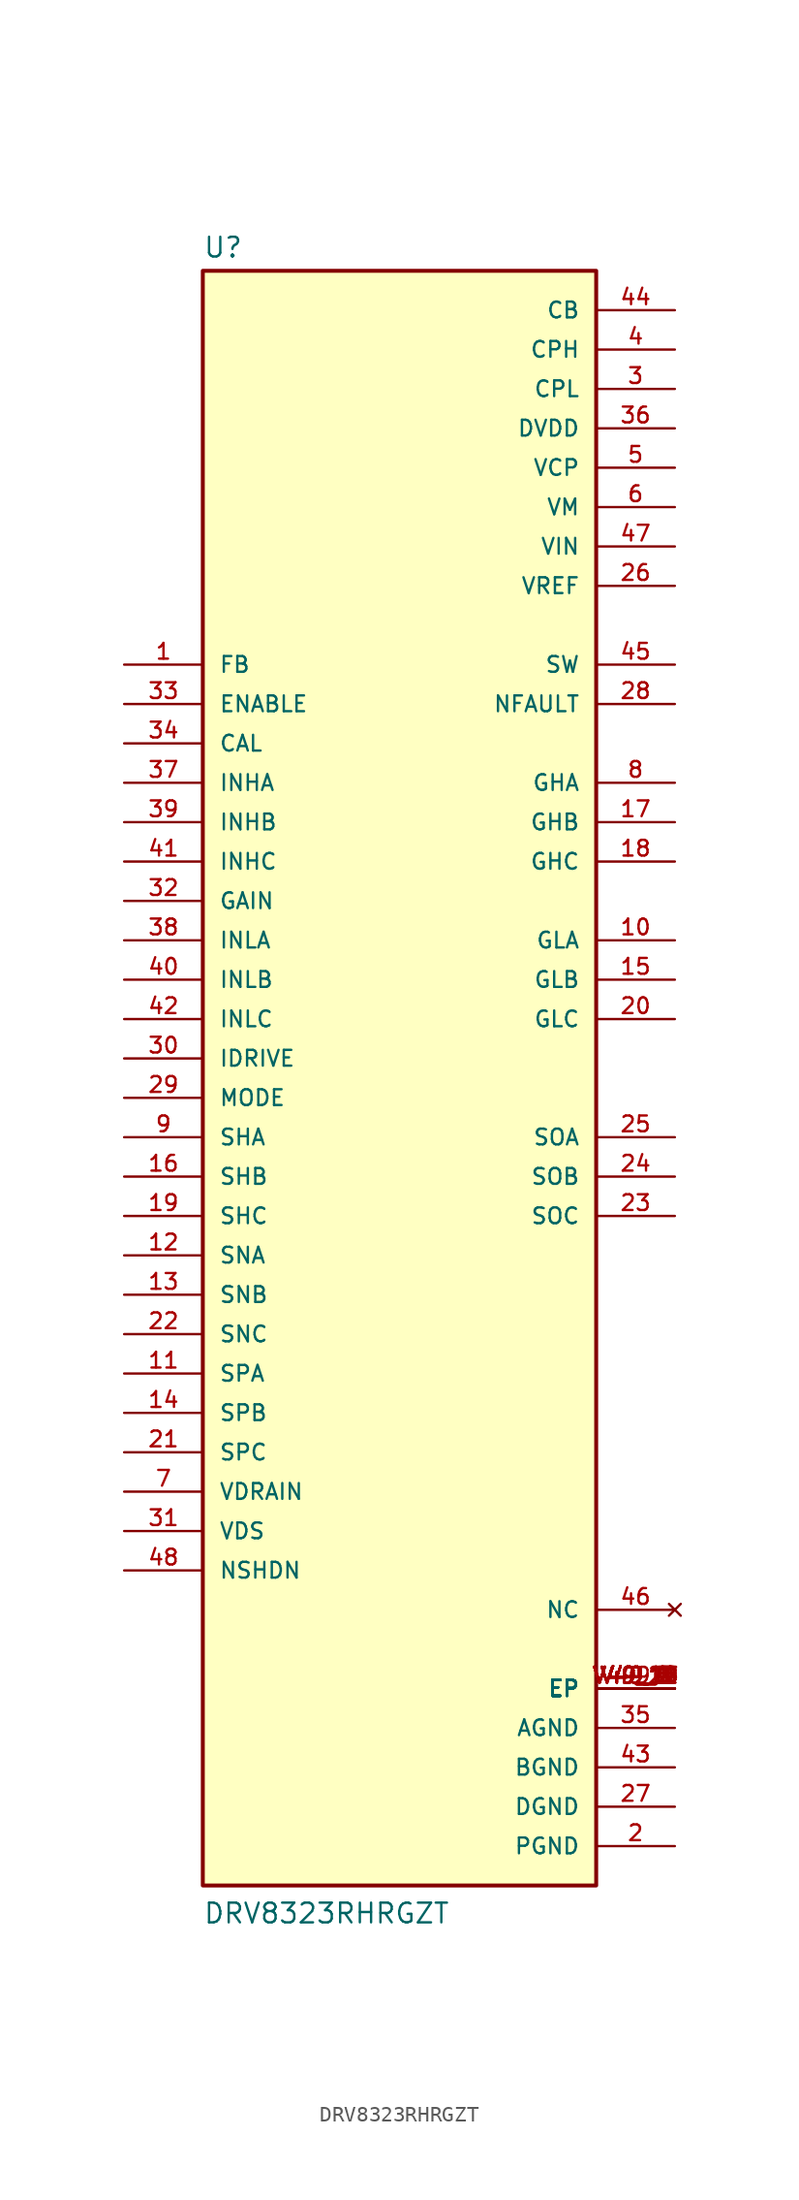
<source format=kicad_sym>
(kicad_symbol_lib
  (version 20211014)
  (generator kicad_symbol_editor)
  (symbol "DRV8323RHRGZT"
    (pin_names
      (offset 1.016))
    (property "Reference" "U"
      (at -12.7 51.562 0.0)
      (effects (font (size 1.27 1.27)) (justify bottom left)))
    (property "Value" "DRV8323RHRGZT"
      (at -12.7 -55.88 0.0)
      (effects (font (size 1.27 1.27)) (justify bottom left)))
    (symbol "DRV8323RHRGZT_0_0"
      (rectangle (start -12.7 -53.34) (end 12.7 50.8) (stroke (width 0.254)) (fill (type background)))
      (pin input line (at -17.78 20.32 0) (length 5.08) (name "CAL" (effects (font (size 1.016 1.016)))) (number "34" (effects (font (size 1.016 1.016)))))
      (pin input line (at -17.78 22.86 0) (length 5.08) (name "ENABLE" (effects (font (size 1.016 1.016)))) (number "33" (effects (font (size 1.016 1.016)))))
      (pin input line (at -17.78 10.16 0) (length 5.08) (name "GAIN" (effects (font (size 1.016 1.016)))) (number "32" (effects (font (size 1.016 1.016)))))
      (pin input line (at -17.78 0.0 0) (length 5.08) (name "IDRIVE" (effects (font (size 1.016 1.016)))) (number "30" (effects (font (size 1.016 1.016)))))
      (pin input line (at -17.78 17.78 0) (length 5.08) (name "INHA" (effects (font (size 1.016 1.016)))) (number "37" (effects (font (size 1.016 1.016)))))
      (pin input line (at -17.78 15.24 0) (length 5.08) (name "INHB" (effects (font (size 1.016 1.016)))) (number "39" (effects (font (size 1.016 1.016)))))
      (pin input line (at -17.78 12.7 0) (length 5.08) (name "INHC" (effects (font (size 1.016 1.016)))) (number "41" (effects (font (size 1.016 1.016)))))
      (pin input line (at -17.78 7.62 0) (length 5.08) (name "INLA" (effects (font (size 1.016 1.016)))) (number "38" (effects (font (size 1.016 1.016)))))
      (pin input line (at -17.78 5.08 0) (length 5.08) (name "INLB" (effects (font (size 1.016 1.016)))) (number "40" (effects (font (size 1.016 1.016)))))
      (pin input line (at -17.78 2.54 0) (length 5.08) (name "INLC" (effects (font (size 1.016 1.016)))) (number "42" (effects (font (size 1.016 1.016)))))
      (pin input line (at -17.78 -2.54 0) (length 5.08) (name "MODE" (effects (font (size 1.016 1.016)))) (number "29" (effects (font (size 1.016 1.016)))))
      (pin input line (at -17.78 -5.08 0) (length 5.08) (name "SHA" (effects (font (size 1.016 1.016)))) (number "9" (effects (font (size 1.016 1.016)))))
      (pin input line (at -17.78 -7.62 0) (length 5.08) (name "SHB" (effects (font (size 1.016 1.016)))) (number "16" (effects (font (size 1.016 1.016)))))
      (pin input line (at -17.78 -10.16 0) (length 5.08) (name "SHC" (effects (font (size 1.016 1.016)))) (number "19" (effects (font (size 1.016 1.016)))))
      (pin input line (at -17.78 -12.7 0) (length 5.08) (name "SNA" (effects (font (size 1.016 1.016)))) (number "12" (effects (font (size 1.016 1.016)))))
      (pin input line (at -17.78 -15.24 0) (length 5.08) (name "SNB" (effects (font (size 1.016 1.016)))) (number "13" (effects (font (size 1.016 1.016)))))
      (pin input line (at -17.78 -17.78 0) (length 5.08) (name "SNC" (effects (font (size 1.016 1.016)))) (number "22" (effects (font (size 1.016 1.016)))))
      (pin input line (at -17.78 -20.32 0) (length 5.08) (name "SPA" (effects (font (size 1.016 1.016)))) (number "11" (effects (font (size 1.016 1.016)))))
      (pin input line (at -17.78 -22.86 0) (length 5.08) (name "SPB" (effects (font (size 1.016 1.016)))) (number "14" (effects (font (size 1.016 1.016)))))
      (pin input line (at -17.78 -25.4 0) (length 5.08) (name "SPC" (effects (font (size 1.016 1.016)))) (number "21" (effects (font (size 1.016 1.016)))))
      (pin input line (at -17.78 -27.94 0) (length 5.08) (name "VDRAIN" (effects (font (size 1.016 1.016)))) (number "7" (effects (font (size 1.016 1.016)))))
      (pin input line (at -17.78 -30.48 0) (length 5.08) (name "VDS" (effects (font (size 1.016 1.016)))) (number "31" (effects (font (size 1.016 1.016)))))
      (pin power_in line (at 17.78 30.48 180.0) (length 5.08) (name "VREF" (effects (font (size 1.016 1.016)))) (number "26" (effects (font (size 1.016 1.016)))))
      (pin power_in line (at 17.78 45.72 180.0) (length 5.08) (name "CPH" (effects (font (size 1.016 1.016)))) (number "4" (effects (font (size 1.016 1.016)))))
      (pin power_in line (at 17.78 43.18 180.0) (length 5.08) (name "CPL" (effects (font (size 1.016 1.016)))) (number "3" (effects (font (size 1.016 1.016)))))
      (pin power_in line (at 17.78 40.64 180.0) (length 5.08) (name "DVDD" (effects (font (size 1.016 1.016)))) (number "36" (effects (font (size 1.016 1.016)))))
      (pin power_in line (at 17.78 38.1 180.0) (length 5.08) (name "VCP" (effects (font (size 1.016 1.016)))) (number "5" (effects (font (size 1.016 1.016)))))
      (pin power_in line (at 17.78 35.56 180.0) (length 5.08) (name "VM" (effects (font (size 1.016 1.016)))) (number "6" (effects (font (size 1.016 1.016)))))
      (pin output line (at 17.78 17.78 180.0) (length 5.08) (name "GHA" (effects (font (size 1.016 1.016)))) (number "8" (effects (font (size 1.016 1.016)))))
      (pin output line (at 17.78 15.24 180.0) (length 5.08) (name "GHB" (effects (font (size 1.016 1.016)))) (number "17" (effects (font (size 1.016 1.016)))))
      (pin output line (at 17.78 12.7 180.0) (length 5.08) (name "GHC" (effects (font (size 1.016 1.016)))) (number "18" (effects (font (size 1.016 1.016)))))
      (pin output line (at 17.78 7.62 180.0) (length 5.08) (name "GLA" (effects (font (size 1.016 1.016)))) (number "10" (effects (font (size 1.016 1.016)))))
      (pin output line (at 17.78 5.08 180.0) (length 5.08) (name "GLB" (effects (font (size 1.016 1.016)))) (number "15" (effects (font (size 1.016 1.016)))))
      (pin output line (at 17.78 2.54 180.0) (length 5.08) (name "GLC" (effects (font (size 1.016 1.016)))) (number "20" (effects (font (size 1.016 1.016)))))
      (pin output line (at 17.78 22.86 180.0) (length 5.08) (name "NFAULT" (effects (font (size 1.016 1.016)))) (number "28" (effects (font (size 1.016 1.016)))))
      (pin output line (at 17.78 -5.08 180.0) (length 5.08) (name "SOA" (effects (font (size 1.016 1.016)))) (number "25" (effects (font (size 1.016 1.016)))))
      (pin output line (at 17.78 -7.62 180.0) (length 5.08) (name "SOB" (effects (font (size 1.016 1.016)))) (number "24" (effects (font (size 1.016 1.016)))))
      (pin output line (at 17.78 -10.16 180.0) (length 5.08) (name "SOC" (effects (font (size 1.016 1.016)))) (number "23" (effects (font (size 1.016 1.016)))))
      (pin power_in line (at 17.78 -43.18 180.0) (length 5.08) (name "AGND" (effects (font (size 1.016 1.016)))) (number "35" (effects (font (size 1.016 1.016)))))
      (pin power_in line (at 17.78 -50.8 180.0) (length 5.08) (name "PGND" (effects (font (size 1.016 1.016)))) (number "2" (effects (font (size 1.016 1.016)))))
      (pin no_connect line (at 17.78 -35.56 180.0) (length 5.08) (name "NC" (effects (font (size 1.016 1.016)))) (number "46" (effects (font (size 1.016 1.016)))))
      (pin power_in line (at 17.78 -40.64 180.0) (length 5.08) (name "EP" (effects (font (size 1.016 1.016)))) (number "49" (effects (font (size 1.016 1.016)))))
      (pin power_in line (at 17.78 -40.64 180.0) (length 5.08) (name "EP" (effects (font (size 1.016 1.016)))) (number "V49_1" (effects (font (size 1.016 1.016)))))
      (pin power_in line (at 17.78 -40.64 180.0) (length 5.08) (name "EP" (effects (font (size 1.016 1.016)))) (number "V49_2" (effects (font (size 1.016 1.016)))))
      (pin power_in line (at 17.78 -40.64 180.0) (length 5.08) (name "EP" (effects (font (size 1.016 1.016)))) (number "V49_3" (effects (font (size 1.016 1.016)))))
      (pin power_in line (at 17.78 -40.64 180.0) (length 5.08) (name "EP" (effects (font (size 1.016 1.016)))) (number "V49_4" (effects (font (size 1.016 1.016)))))
      (pin power_in line (at 17.78 -40.64 180.0) (length 5.08) (name "EP" (effects (font (size 1.016 1.016)))) (number "V49_5" (effects (font (size 1.016 1.016)))))
      (pin power_in line (at 17.78 -40.64 180.0) (length 5.08) (name "EP" (effects (font (size 1.016 1.016)))) (number "V49_6" (effects (font (size 1.016 1.016)))))
      (pin power_in line (at 17.78 -40.64 180.0) (length 5.08) (name "EP" (effects (font (size 1.016 1.016)))) (number "V49_7" (effects (font (size 1.016 1.016)))))
      (pin power_in line (at 17.78 -40.64 180.0) (length 5.08) (name "EP" (effects (font (size 1.016 1.016)))) (number "V49_8" (effects (font (size 1.016 1.016)))))
      (pin power_in line (at 17.78 -40.64 180.0) (length 5.08) (name "EP" (effects (font (size 1.016 1.016)))) (number "V49_9" (effects (font (size 1.016 1.016)))))
      (pin power_in line (at 17.78 -40.64 180.0) (length 5.08) (name "EP" (effects (font (size 1.016 1.016)))) (number "V49_10" (effects (font (size 1.016 1.016)))))
      (pin power_in line (at 17.78 -40.64 180.0) (length 5.08) (name "EP" (effects (font (size 1.016 1.016)))) (number "V49_11" (effects (font (size 1.016 1.016)))))
      (pin power_in line (at 17.78 -40.64 180.0) (length 5.08) (name "EP" (effects (font (size 1.016 1.016)))) (number "V49_12" (effects (font (size 1.016 1.016)))))
      (pin power_in line (at 17.78 -40.64 180.0) (length 5.08) (name "EP" (effects (font (size 1.016 1.016)))) (number "V49_13" (effects (font (size 1.016 1.016)))))
      (pin power_in line (at 17.78 -40.64 180.0) (length 5.08) (name "EP" (effects (font (size 1.016 1.016)))) (number "V49_14" (effects (font (size 1.016 1.016)))))
      (pin power_in line (at 17.78 -40.64 180.0) (length 5.08) (name "EP" (effects (font (size 1.016 1.016)))) (number "V49_15" (effects (font (size 1.016 1.016)))))
      (pin power_in line (at 17.78 -40.64 180.0) (length 5.08) (name "EP" (effects (font (size 1.016 1.016)))) (number "V49_16" (effects (font (size 1.016 1.016)))))
      (pin power_in line (at 17.78 -40.64 180.0) (length 5.08) (name "EP" (effects (font (size 1.016 1.016)))) (number "V49_17" (effects (font (size 1.016 1.016)))))
      (pin power_in line (at 17.78 -40.64 180.0) (length 5.08) (name "EP" (effects (font (size 1.016 1.016)))) (number "V49_18" (effects (font (size 1.016 1.016)))))
      (pin power_in line (at 17.78 -40.64 180.0) (length 5.08) (name "EP" (effects (font (size 1.016 1.016)))) (number "V49_19" (effects (font (size 1.016 1.016)))))
      (pin power_in line (at 17.78 -40.64 180.0) (length 5.08) (name "EP" (effects (font (size 1.016 1.016)))) (number "V49_20" (effects (font (size 1.016 1.016)))))
      (pin power_in line (at 17.78 -40.64 180.0) (length 5.08) (name "EP" (effects (font (size 1.016 1.016)))) (number "V49_21" (effects (font (size 1.016 1.016)))))
      (pin power_in line (at 17.78 33.02 180.0) (length 5.08) (name "VIN" (effects (font (size 1.016 1.016)))) (number "47" (effects (font (size 1.016 1.016)))))
      (pin power_in line (at 17.78 -45.72 180.0) (length 5.08) (name "BGND" (effects (font (size 1.016 1.016)))) (number "43" (effects (font (size 1.016 1.016)))))
      (pin power_in line (at 17.78 48.26 180.0) (length 5.08) (name "CB" (effects (font (size 1.016 1.016)))) (number "44" (effects (font (size 1.016 1.016)))))
      (pin power_in line (at 17.78 -48.26 180.0) (length 5.08) (name "DGND" (effects (font (size 1.016 1.016)))) (number "27" (effects (font (size 1.016 1.016)))))
      (pin input line (at -17.78 25.4 0) (length 5.08) (name "FB" (effects (font (size 1.016 1.016)))) (number "1" (effects (font (size 1.016 1.016)))))
      (pin input line (at -17.78 -33.02 0) (length 5.08) (name "NSHDN" (effects (font (size 1.016 1.016)))) (number "48" (effects (font (size 1.016 1.016)))))
      (pin output line (at 17.78 25.4 180.0) (length 5.08) (name "SW" (effects (font (size 1.016 1.016)))) (number "45" (effects (font (size 1.016 1.016))))))))
</source>
